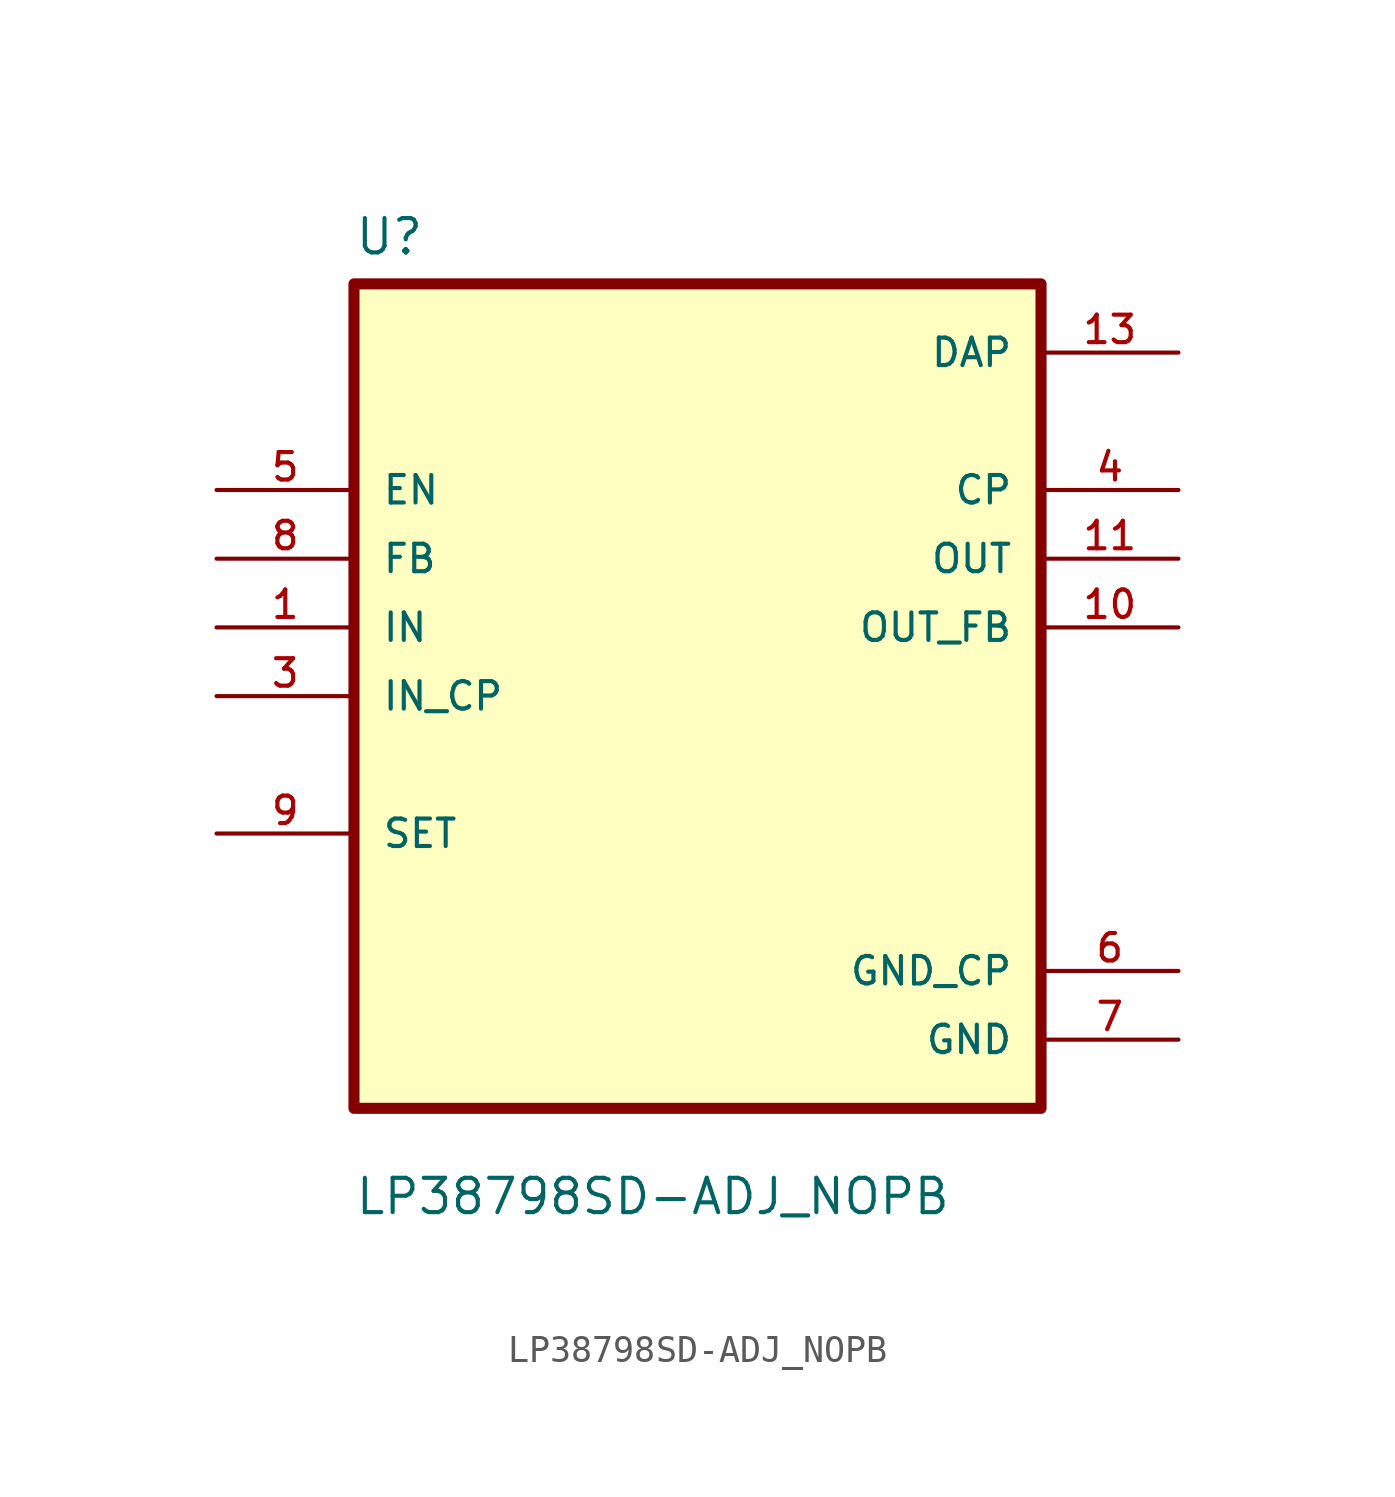
<source format=kicad_sym>
(kicad_symbol_lib
  (version 20211014)
  (generator kicad_symbol_editor)
  (symbol "LP38798SD-ADJ_NOPB"
    (pin_names
      (offset 1.016))
    (property "Reference" "U"
      (at -12.7 16.24 0.0)
      (effects (font (size 1.27 1.27)) (justify bottom left)))
    (property "Value" "LP38798SD-ADJ_NOPB"
      (at -12.7 -19.24 0.0)
      (effects (font (size 1.27 1.27)) (justify bottom left)))
    (symbol "LP38798SD-ADJ_NOPB_0_0"
      (rectangle (start -12.7 -15.24) (end 12.7 15.24) (stroke (width 0.41)) (fill (type background)))
      (pin input line (at -17.78 7.62 0) (length 5.08) (name "EN" (effects (font (size 1.016 1.016)))) (number "5" (effects (font (size 1.016 1.016)))))
      (pin input line (at -17.78 5.08 0) (length 5.08) (name "FB" (effects (font (size 1.016 1.016)))) (number "8" (effects (font (size 1.016 1.016)))))
      (pin input line (at -17.78 2.54 0) (length 5.08) (name "IN" (effects (font (size 1.016 1.016)))) (number "1" (effects (font (size 1.016 1.016)))))
      (pin input line (at -17.78 2.54 0) (length 5.08) hide (name "IN" (effects (font (size 1.016 1.016)))) (number "2" (effects (font (size 1.016 1.016)))))
      (pin input line (at -17.78 0.0 0) (length 5.08) (name "IN_CP" (effects (font (size 1.016 1.016)))) (number "3" (effects (font (size 1.016 1.016)))))
      (pin bidirectional line (at -17.78 -5.08 0) (length 5.08) (name "SET" (effects (font (size 1.016 1.016)))) (number "9" (effects (font (size 1.016 1.016)))))
      (pin power_in line (at 17.78 12.7 180.0) (length 5.08) (name "DAP" (effects (font (size 1.016 1.016)))) (number "13" (effects (font (size 1.016 1.016)))))
      (pin output line (at 17.78 7.62 180.0) (length 5.08) (name "CP" (effects (font (size 1.016 1.016)))) (number "4" (effects (font (size 1.016 1.016)))))
      (pin output line (at 17.78 5.08 180.0) (length 5.08) (name "OUT" (effects (font (size 1.016 1.016)))) (number "11" (effects (font (size 1.016 1.016)))))
      (pin output line (at 17.78 5.08 180.0) (length 5.08) hide (name "OUT" (effects (font (size 1.016 1.016)))) (number "12" (effects (font (size 1.016 1.016)))))
      (pin output line (at 17.78 2.54 180.0) (length 5.08) (name "OUT_FB" (effects (font (size 1.016 1.016)))) (number "10" (effects (font (size 1.016 1.016)))))
      (pin power_in line (at 17.78 -10.16 180.0) (length 5.08) (name "GND_CP" (effects (font (size 1.016 1.016)))) (number "6" (effects (font (size 1.016 1.016)))))
      (pin power_in line (at 17.78 -12.7 180.0) (length 5.08) (name "GND" (effects (font (size 1.016 1.016)))) (number "7" (effects (font (size 1.016 1.016))))))))
</source>
